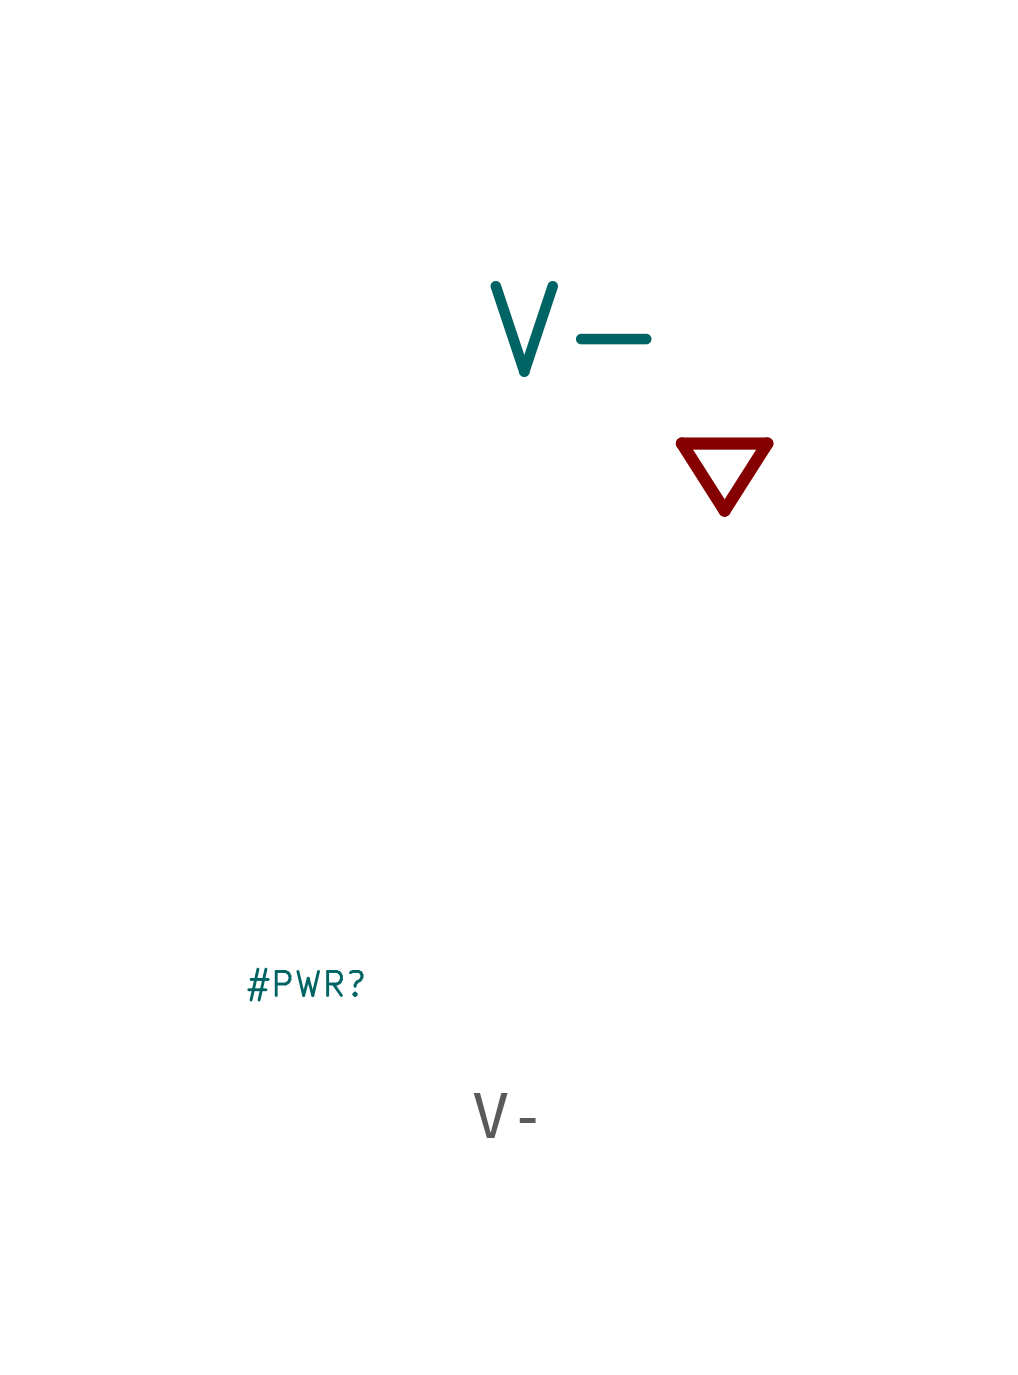
<source format=kicad_sym>
(kicad_symbol_lib
  (version 20220914)
  (generator Eagle2Kicad)
  (symbol "V-"
    (power)
    (pin_names
      (offset 0))
    (property "Reference" "#PWR"
      (at -10 -10 0)
      (effects (font (size 0.5 0.5) (thickness 0.06)) (justify left)))
    (property "Value" "V-"
      (at -5.08 2.54 0)
      (effects (font (size 1.778 1.778) (thickness 0.22)) (justify left bottom)))
    (polyline
      (pts (xy -0.889 1.27) (xy 0 -0.127))
      (stroke (width 0.254) (type default))
      (fill (type none)))
    (polyline
      (pts (xy 0 -0.127) (xy 0.889 1.27))
      (stroke (width 0.254) (type default))
      (fill (type none)))
    (polyline
      (pts (xy -0.889 1.27) (xy 0.889 1.27))
      (stroke (width 0.254) (type default))
      (fill (type none)))
    (pin power_in line
      (at 0 2.54 270)
      (length 2.54) hide
      (name "V-" (effects (font (size 0.635 0.635) (thickness 0.08)) (justify left bottom)))
      (number "1" (effects (font (size 0.635 0.635) (thickness 0.08)) (justify left bottom))))))
</source>
